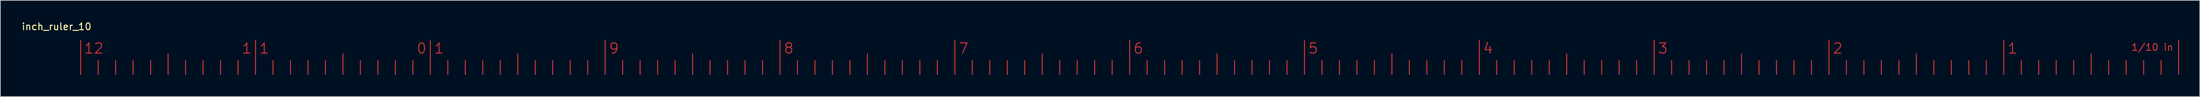
<source format=kicad_pcb>
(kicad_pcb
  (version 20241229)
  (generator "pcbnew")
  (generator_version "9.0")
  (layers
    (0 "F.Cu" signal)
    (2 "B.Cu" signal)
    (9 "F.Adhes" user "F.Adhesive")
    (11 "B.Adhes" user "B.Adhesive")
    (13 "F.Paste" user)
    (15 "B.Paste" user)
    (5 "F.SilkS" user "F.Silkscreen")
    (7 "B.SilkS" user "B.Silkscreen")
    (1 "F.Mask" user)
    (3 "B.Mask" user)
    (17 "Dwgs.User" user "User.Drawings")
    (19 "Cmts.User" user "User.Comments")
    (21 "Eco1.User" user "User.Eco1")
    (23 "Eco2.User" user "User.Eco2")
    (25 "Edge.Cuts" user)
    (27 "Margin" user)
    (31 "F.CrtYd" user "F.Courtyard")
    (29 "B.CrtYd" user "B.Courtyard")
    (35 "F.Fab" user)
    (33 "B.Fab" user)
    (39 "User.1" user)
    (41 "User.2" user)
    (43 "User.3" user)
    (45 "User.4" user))
  (footprint "inch_ruler_10"
    (layer "F.Cu")
    (at 8.673 7.848)
    (property "Reference" "inch_ruler_10" (at -3.5 -7 0) (layer "F.SilkS") (effects (font (size 1 1) (thickness 0.15))))
    (attr through_hole)
    (fp_line (start 0 -5) (end 0 0) (stroke (width 0.15) (type solid)) (layer "F.Cu"))
    (fp_line (start 2.54 -2) (end 2.54 0) (stroke (width 0.15) (type solid)) (layer "F.Cu"))
    (fp_line (start 5.08 -2) (end 5.08 0) (stroke (width 0.15) (type solid)) (layer "F.Cu"))
    (fp_line (start 7.62 -2) (end 7.62 0) (stroke (width 0.15) (type solid)) (layer "F.Cu"))
    (fp_line (start 10.16 -2) (end 10.16 0) (stroke (width 0.15) (type solid)) (layer "F.Cu"))
    (fp_line (start 12.7 -3) (end 12.7 0) (stroke (width 0.15) (type solid)) (layer "F.Cu"))
    (fp_line (start 15.24 -2) (end 15.24 0) (stroke (width 0.15) (type solid)) (layer "F.Cu"))
    (fp_line (start 17.78 -2) (end 17.78 0) (stroke (width 0.15) (type solid)) (layer "F.Cu"))
    (fp_line (start 20.32 -2) (end 20.32 0) (stroke (width 0.15) (type solid)) (layer "F.Cu"))
    (fp_line (start 22.86 -2) (end 22.86 0) (stroke (width 0.15) (type solid)) (layer "F.Cu"))
    (fp_line (start 25.4 -5) (end 25.4 0) (stroke (width 0.15) (type solid)) (layer "F.Cu"))
    (fp_line (start 27.94 -2) (end 27.94 0) (stroke (width 0.15) (type solid)) (layer "F.Cu"))
    (fp_line (start 30.48 -2) (end 30.48 0) (stroke (width 0.15) (type solid)) (layer "F.Cu"))
    (fp_line (start 33.02 -2) (end 33.02 0) (stroke (width 0.15) (type solid)) (layer "F.Cu"))
    (fp_line (start 35.56 -2) (end 35.56 0) (stroke (width 0.15) (type solid)) (layer "F.Cu"))
    (fp_line (start 38.1 -3) (end 38.1 0) (stroke (width 0.15) (type solid)) (layer "F.Cu"))
    (fp_line (start 40.64 -2) (end 40.64 0) (stroke (width 0.15) (type solid)) (layer "F.Cu"))
    (fp_line (start 43.18 -2) (end 43.18 0) (stroke (width 0.15) (type solid)) (layer "F.Cu"))
    (fp_line (start 45.72 -2) (end 45.72 0) (stroke (width 0.15) (type solid)) (layer "F.Cu"))
    (fp_line (start 48.26 -2) (end 48.26 0) (stroke (width 0.15) (type solid)) (layer "F.Cu"))
    (fp_line (start 50.8 -5) (end 50.8 0) (stroke (width 0.15) (type solid)) (layer "F.Cu"))
    (fp_line (start 53.34 -2) (end 53.34 0) (stroke (width 0.15) (type solid)) (layer "F.Cu"))
    (fp_line (start 55.88 -2) (end 55.88 0) (stroke (width 0.15) (type solid)) (layer "F.Cu"))
    (fp_line (start 58.42 -2) (end 58.42 0) (stroke (width 0.15) (type solid)) (layer "F.Cu"))
    (fp_line (start 60.96 -2) (end 60.96 0) (stroke (width 0.15) (type solid)) (layer "F.Cu"))
    (fp_line (start 63.5 -3) (end 63.5 0) (stroke (width 0.15) (type solid)) (layer "F.Cu"))
    (fp_line (start 66.04 -2) (end 66.04 0) (stroke (width 0.15) (type solid)) (layer "F.Cu"))
    (fp_line (start 68.58 -2) (end 68.58 0) (stroke (width 0.15) (type solid)) (layer "F.Cu"))
    (fp_line (start 71.12 -2) (end 71.12 0) (stroke (width 0.15) (type solid)) (layer "F.Cu"))
    (fp_line (start 73.66 -2) (end 73.66 0) (stroke (width 0.15) (type solid)) (layer "F.Cu"))
    (fp_line (start 76.2 -5) (end 76.2 0) (stroke (width 0.15) (type solid)) (layer "F.Cu"))
    (fp_line (start 78.74 -2) (end 78.74 0) (stroke (width 0.15) (type solid)) (layer "F.Cu"))
    (fp_line (start 81.28 -2) (end 81.28 0) (stroke (width 0.15) (type solid)) (layer "F.Cu"))
    (fp_line (start 83.82 -2) (end 83.82 0) (stroke (width 0.15) (type solid)) (layer "F.Cu"))
    (fp_line (start 86.36 -2) (end 86.36 0) (stroke (width 0.15) (type solid)) (layer "F.Cu"))
    (fp_line (start 88.9 -3) (end 88.9 0) (stroke (width 0.15) (type solid)) (layer "F.Cu"))
    (fp_line (start 91.44 -2) (end 91.44 0) (stroke (width 0.15) (type solid)) (layer "F.Cu"))
    (fp_line (start 93.98 -2) (end 93.98 0) (stroke (width 0.15) (type solid)) (layer "F.Cu"))
    (fp_line (start 96.52 -2) (end 96.52 0) (stroke (width 0.15) (type solid)) (layer "F.Cu"))
    (fp_line (start 99.06 -2) (end 99.06 0) (stroke (width 0.15) (type solid)) (layer "F.Cu"))
    (fp_line (start 101.6 -5) (end 101.6 0) (stroke (width 0.15) (type solid)) (layer "F.Cu"))
    (fp_line (start 104.14 -2) (end 104.14 0) (stroke (width 0.15) (type solid)) (layer "F.Cu"))
    (fp_line (start 106.68 -2) (end 106.68 0) (stroke (width 0.15) (type solid)) (layer "F.Cu"))
    (fp_line (start 109.22 -2) (end 109.22 0) (stroke (width 0.15) (type solid)) (layer "F.Cu"))
    (fp_line (start 111.76 -2) (end 111.76 0) (stroke (width 0.15) (type solid)) (layer "F.Cu"))
    (fp_line (start 114.3 -3) (end 114.3 0) (stroke (width 0.15) (type solid)) (layer "F.Cu"))
    (fp_line (start 116.84 -2) (end 116.84 0) (stroke (width 0.15) (type solid)) (layer "F.Cu"))
    (fp_line (start 119.38 -2) (end 119.38 0) (stroke (width 0.15) (type solid)) (layer "F.Cu"))
    (fp_line (start 121.92 -2) (end 121.92 0) (stroke (width 0.15) (type solid)) (layer "F.Cu"))
    (fp_line (start 124.46 -2) (end 124.46 0) (stroke (width 0.15) (type solid)) (layer "F.Cu"))
    (fp_line (start 127 -5) (end 127 0) (stroke (width 0.15) (type solid)) (layer "F.Cu"))
    (fp_line (start 129.54 -2) (end 129.54 0) (stroke (width 0.15) (type solid)) (layer "F.Cu"))
    (fp_line (start 132.08 -2) (end 132.08 0) (stroke (width 0.15) (type solid)) (layer "F.Cu"))
    (fp_line (start 134.62 -2) (end 134.62 0) (stroke (width 0.15) (type solid)) (layer "F.Cu"))
    (fp_line (start 137.16 -2) (end 137.16 0) (stroke (width 0.15) (type solid)) (layer "F.Cu"))
    (fp_line (start 139.7 -3) (end 139.7 0) (stroke (width 0.15) (type solid)) (layer "F.Cu"))
    (fp_line (start 142.24 -2) (end 142.24 0) (stroke (width 0.15) (type solid)) (layer "F.Cu"))
    (fp_line (start 144.78 -2) (end 144.78 0) (stroke (width 0.15) (type solid)) (layer "F.Cu"))
    (fp_line (start 147.32 -2) (end 147.32 0) (stroke (width 0.15) (type solid)) (layer "F.Cu"))
    (fp_line (start 149.86 -2) (end 149.86 0) (stroke (width 0.15) (type solid)) (layer "F.Cu"))
    (fp_line (start 152.4 -5) (end 152.4 0) (stroke (width 0.15) (type solid)) (layer "F.Cu"))
    (fp_line (start 154.94 -2) (end 154.94 0) (stroke (width 0.15) (type solid)) (layer "F.Cu"))
    (fp_line (start 157.48 -2) (end 157.48 0) (stroke (width 0.15) (type solid)) (layer "F.Cu"))
    (fp_line (start 160.02 -2) (end 160.02 0) (stroke (width 0.15) (type solid)) (layer "F.Cu"))
    (fp_line (start 162.56 -2) (end 162.56 0) (stroke (width 0.15) (type solid)) (layer "F.Cu"))
    (fp_line (start 165.1 -3) (end 165.1 0) (stroke (width 0.15) (type solid)) (layer "F.Cu"))
    (fp_line (start 167.64 -2) (end 167.64 0) (stroke (width 0.15) (type solid)) (layer "F.Cu"))
    (fp_line (start 170.18 -2) (end 170.18 0) (stroke (width 0.15) (type solid)) (layer "F.Cu"))
    (fp_line (start 172.72 -2) (end 172.72 0) (stroke (width 0.15) (type solid)) (layer "F.Cu"))
    (fp_line (start 175.26 -2) (end 175.26 0) (stroke (width 0.15) (type solid)) (layer "F.Cu"))
    (fp_line (start 177.8 -5) (end 177.8 0) (stroke (width 0.15) (type solid)) (layer "F.Cu"))
    (fp_line (start 180.34 -2) (end 180.34 0) (stroke (width 0.15) (type solid)) (layer "F.Cu"))
    (fp_line (start 182.88 -2) (end 182.88 0) (stroke (width 0.15) (type solid)) (layer "F.Cu"))
    (fp_line (start 185.42 -2) (end 185.42 0) (stroke (width 0.15) (type solid)) (layer "F.Cu"))
    (fp_line (start 187.96 -2) (end 187.96 0) (stroke (width 0.15) (type solid)) (layer "F.Cu"))
    (fp_line (start 190.5 -3) (end 190.5 0) (stroke (width 0.15) (type solid)) (layer "F.Cu"))
    (fp_line (start 193.04 -2) (end 193.04 0) (stroke (width 0.15) (type solid)) (layer "F.Cu"))
    (fp_line (start 195.58 -2) (end 195.58 0) (stroke (width 0.15) (type solid)) (layer "F.Cu"))
    (fp_line (start 198.12 -2) (end 198.12 0) (stroke (width 0.15) (type solid)) (layer "F.Cu"))
    (fp_line (start 200.66 -2) (end 200.66 0) (stroke (width 0.15) (type solid)) (layer "F.Cu"))
    (fp_line (start 203.2 -5) (end 203.2 0) (stroke (width 0.15) (type solid)) (layer "F.Cu"))
    (fp_line (start 205.74 -2) (end 205.74 0) (stroke (width 0.15) (type solid)) (layer "F.Cu"))
    (fp_line (start 208.28 -2) (end 208.28 0) (stroke (width 0.15) (type solid)) (layer "F.Cu"))
    (fp_line (start 210.82 -2) (end 210.82 0) (stroke (width 0.15) (type solid)) (layer "F.Cu"))
    (fp_line (start 213.36 -2) (end 213.36 0) (stroke (width 0.15) (type solid)) (layer "F.Cu"))
    (fp_line (start 215.9 -3) (end 215.9 0) (stroke (width 0.15) (type solid)) (layer "F.Cu"))
    (fp_line (start 218.44 -2) (end 218.44 0) (stroke (width 0.15) (type solid)) (layer "F.Cu"))
    (fp_line (start 220.98 -2) (end 220.98 0) (stroke (width 0.15) (type solid)) (layer "F.Cu"))
    (fp_line (start 223.52 -2) (end 223.52 0) (stroke (width 0.15) (type solid)) (layer "F.Cu"))
    (fp_line (start 226.06 -2) (end 226.06 0) (stroke (width 0.15) (type solid)) (layer "F.Cu"))
    (fp_line (start 228.6 -5) (end 228.6 0) (stroke (width 0.15) (type solid)) (layer "F.Cu"))
    (fp_line (start 231.14 -2) (end 231.14 0) (stroke (width 0.15) (type solid)) (layer "F.Cu"))
    (fp_line (start 233.68 -2) (end 233.68 0) (stroke (width 0.15) (type solid)) (layer "F.Cu"))
    (fp_line (start 236.22 -2) (end 236.22 0) (stroke (width 0.15) (type solid)) (layer "F.Cu"))
    (fp_line (start 238.76 -2) (end 238.76 0) (stroke (width 0.15) (type solid)) (layer "F.Cu"))
    (fp_line (start 241.3 -3) (end 241.3 0) (stroke (width 0.15) (type solid)) (layer "F.Cu"))
    (fp_line (start 243.84 -2) (end 243.84 0) (stroke (width 0.15) (type solid)) (layer "F.Cu"))
    (fp_line (start 246.38 -2) (end 246.38 0) (stroke (width 0.15) (type solid)) (layer "F.Cu"))
    (fp_line (start 248.92 -2) (end 248.92 0) (stroke (width 0.15) (type solid)) (layer "F.Cu"))
    (fp_line (start 251.46 -2) (end 251.46 0) (stroke (width 0.15) (type solid)) (layer "F.Cu"))
    (fp_line (start 254 -5) (end 254 0) (stroke (width 0.15) (type solid)) (layer "F.Cu"))
    (fp_line (start 256.54 -2) (end 256.54 0) (stroke (width 0.15) (type solid)) (layer "F.Cu"))
    (fp_line (start 259.08 -2) (end 259.08 0) (stroke (width 0.15) (type solid)) (layer "F.Cu"))
    (fp_line (start 261.62 -2) (end 261.62 0) (stroke (width 0.15) (type solid)) (layer "F.Cu"))
    (fp_line (start 264.16 -2) (end 264.16 0) (stroke (width 0.15) (type solid)) (layer "F.Cu"))
    (fp_line (start 266.7 -3) (end 266.7 0) (stroke (width 0.15) (type solid)) (layer "F.Cu"))
    (fp_line (start 269.24 -2) (end 269.24 0) (stroke (width 0.15) (type solid)) (layer "F.Cu"))
    (fp_line (start 271.78 -2) (end 271.78 0) (stroke (width 0.15) (type solid)) (layer "F.Cu"))
    (fp_line (start 274.32 -2) (end 274.32 0) (stroke (width 0.15) (type solid)) (layer "F.Cu"))
    (fp_line (start 276.86 -2) (end 276.86 0) (stroke (width 0.15) (type solid)) (layer "F.Cu"))
    (fp_line (start 279.4 -5) (end 279.4 0) (stroke (width 0.15) (type solid)) (layer "F.Cu"))
    (fp_line (start 281.94 -2) (end 281.94 0) (stroke (width 0.15) (type solid)) (layer "F.Cu"))
    (fp_line (start 284.48 -2) (end 284.48 0) (stroke (width 0.15) (type solid)) (layer "F.Cu"))
    (fp_line (start 287.02 -2) (end 287.02 0) (stroke (width 0.15) (type solid)) (layer "F.Cu"))
    (fp_line (start 289.56 -2) (end 289.56 0) (stroke (width 0.15) (type solid)) (layer "F.Cu"))
    (fp_line (start 292.1 -3) (end 292.1 0) (stroke (width 0.15) (type solid)) (layer "F.Cu"))
    (fp_line (start 294.64 -2) (end 294.64 0) (stroke (width 0.15) (type solid)) (layer "F.Cu"))
    (fp_line (start 297.18 -2) (end 297.18 0) (stroke (width 0.15) (type solid)) (layer "F.Cu"))
    (fp_line (start 299.72 -2) (end 299.72 0) (stroke (width 0.15) (type solid)) (layer "F.Cu"))
    (fp_line (start 302.26 -2) (end 302.26 0) (stroke (width 0.15) (type solid)) (layer "F.Cu"))
    (fp_line (start 304.8 -5) (end 304.8 0) (stroke (width 0.15) (type solid)) (layer "F.Cu"))
    (fp_line (start 0 -5) (end 0 0) (stroke (width 0.15) (type solid)) (layer "F.Mask"))
    (fp_line (start 2.54 -2) (end 2.54 0) (stroke (width 0.15) (type solid)) (layer "F.Mask"))
    (fp_line (start 5.08 -2) (end 5.08 0) (stroke (width 0.15) (type solid)) (layer "F.Mask"))
    (fp_line (start 7.62 -2) (end 7.62 0) (stroke (width 0.15) (type solid)) (layer "F.Mask"))
    (fp_line (start 10.16 -2) (end 10.16 0) (stroke (width 0.15) (type solid)) (layer "F.Mask"))
    (fp_line (start 12.7 -3) (end 12.7 0) (stroke (width 0.15) (type solid)) (layer "F.Mask"))
    (fp_line (start 15.24 -2) (end 15.24 0) (stroke (width 0.15) (type solid)) (layer "F.Mask"))
    (fp_line (start 17.78 -2) (end 17.78 0) (stroke (width 0.15) (type solid)) (layer "F.Mask"))
    (fp_line (start 20.32 -2) (end 20.32 0) (stroke (width 0.15) (type solid)) (layer "F.Mask"))
    (fp_line (start 22.86 -2) (end 22.86 0) (stroke (width 0.15) (type solid)) (layer "F.Mask"))
    (fp_line (start 25.4 -5) (end 25.4 0) (stroke (width 0.15) (type solid)) (layer "F.Mask"))
    (fp_line (start 27.94 -2) (end 27.94 0) (stroke (width 0.15) (type solid)) (layer "F.Mask"))
    (fp_line (start 30.48 -2) (end 30.48 0) (stroke (width 0.15) (type solid)) (layer "F.Mask"))
    (fp_line (start 33.02 -2) (end 33.02 0) (stroke (width 0.15) (type solid)) (layer "F.Mask"))
    (fp_line (start 35.56 -2) (end 35.56 0) (stroke (width 0.15) (type solid)) (layer "F.Mask"))
    (fp_line (start 38.1 -3) (end 38.1 0) (stroke (width 0.15) (type solid)) (layer "F.Mask"))
    (fp_line (start 40.64 -2) (end 40.64 0) (stroke (width 0.15) (type solid)) (layer "F.Mask"))
    (fp_line (start 43.18 -2) (end 43.18 0) (stroke (width 0.15) (type solid)) (layer "F.Mask"))
    (fp_line (start 45.72 -2) (end 45.72 0) (stroke (width 0.15) (type solid)) (layer "F.Mask"))
    (fp_line (start 48.26 -2) (end 48.26 0) (stroke (width 0.15) (type solid)) (layer "F.Mask"))
    (fp_line (start 50.8 -5) (end 50.8 0) (stroke (width 0.15) (type solid)) (layer "F.Mask"))
    (fp_line (start 53.34 -2) (end 53.34 0) (stroke (width 0.15) (type solid)) (layer "F.Mask"))
    (fp_line (start 55.88 -2) (end 55.88 0) (stroke (width 0.15) (type solid)) (layer "F.Mask"))
    (fp_line (start 58.42 -2) (end 58.42 0) (stroke (width 0.15) (type solid)) (layer "F.Mask"))
    (fp_line (start 60.96 -2) (end 60.96 0) (stroke (width 0.15) (type solid)) (layer "F.Mask"))
    (fp_line (start 63.5 -3) (end 63.5 0) (stroke (width 0.15) (type solid)) (layer "F.Mask"))
    (fp_line (start 66.04 -2) (end 66.04 0) (stroke (width 0.15) (type solid)) (layer "F.Mask"))
    (fp_line (start 68.58 -2) (end 68.58 0) (stroke (width 0.15) (type solid)) (layer "F.Mask"))
    (fp_line (start 71.12 -2) (end 71.12 0) (stroke (width 0.15) (type solid)) (layer "F.Mask"))
    (fp_line (start 73.66 -2) (end 73.66 0) (stroke (width 0.15) (type solid)) (layer "F.Mask"))
    (fp_line (start 76.2 -5) (end 76.2 0) (stroke (width 0.15) (type solid)) (layer "F.Mask"))
    (fp_line (start 78.74 -2) (end 78.74 0) (stroke (width 0.15) (type solid)) (layer "F.Mask"))
    (fp_line (start 81.28 -2) (end 81.28 0) (stroke (width 0.15) (type solid)) (layer "F.Mask"))
    (fp_line (start 83.82 -2) (end 83.82 0) (stroke (width 0.15) (type solid)) (layer "F.Mask"))
    (fp_line (start 86.36 -2) (end 86.36 0) (stroke (width 0.15) (type solid)) (layer "F.Mask"))
    (fp_line (start 88.9 -3) (end 88.9 0) (stroke (width 0.15) (type solid)) (layer "F.Mask"))
    (fp_line (start 91.44 -2) (end 91.44 0) (stroke (width 0.15) (type solid)) (layer "F.Mask"))
    (fp_line (start 93.98 -2) (end 93.98 0) (stroke (width 0.15) (type solid)) (layer "F.Mask"))
    (fp_line (start 96.52 -2) (end 96.52 0) (stroke (width 0.15) (type solid)) (layer "F.Mask"))
    (fp_line (start 99.06 -2) (end 99.06 0) (stroke (width 0.15) (type solid)) (layer "F.Mask"))
    (fp_line (start 101.6 -5) (end 101.6 0) (stroke (width 0.15) (type solid)) (layer "F.Mask"))
    (fp_line (start 104.14 -2) (end 104.14 0) (stroke (width 0.15) (type solid)) (layer "F.Mask"))
    (fp_line (start 106.68 -2) (end 106.68 0) (stroke (width 0.15) (type solid)) (layer "F.Mask"))
    (fp_line (start 109.22 -2) (end 109.22 0) (stroke (width 0.15) (type solid)) (layer "F.Mask"))
    (fp_line (start 111.76 -2) (end 111.76 0) (stroke (width 0.15) (type solid)) (layer "F.Mask"))
    (fp_line (start 114.3 -3) (end 114.3 0) (stroke (width 0.15) (type solid)) (layer "F.Mask"))
    (fp_line (start 116.84 -2) (end 116.84 0) (stroke (width 0.15) (type solid)) (layer "F.Mask"))
    (fp_line (start 119.38 -2) (end 119.38 0) (stroke (width 0.15) (type solid)) (layer "F.Mask"))
    (fp_line (start 121.92 -2) (end 121.92 0) (stroke (width 0.15) (type solid)) (layer "F.Mask"))
    (fp_line (start 124.46 -2) (end 124.46 0) (stroke (width 0.15) (type solid)) (layer "F.Mask"))
    (fp_line (start 127 -5) (end 127 0) (stroke (width 0.15) (type solid)) (layer "F.Mask"))
    (fp_line (start 129.54 -2) (end 129.54 0) (stroke (width 0.15) (type solid)) (layer "F.Mask"))
    (fp_line (start 132.08 -2) (end 132.08 0) (stroke (width 0.15) (type solid)) (layer "F.Mask"))
    (fp_line (start 134.62 -2) (end 134.62 0) (stroke (width 0.15) (type solid)) (layer "F.Mask"))
    (fp_line (start 137.16 -2) (end 137.16 0) (stroke (width 0.15) (type solid)) (layer "F.Mask"))
    (fp_line (start 139.7 -3) (end 139.7 0) (stroke (width 0.15) (type solid)) (layer "F.Mask"))
    (fp_line (start 142.24 -2) (end 142.24 0) (stroke (width 0.15) (type solid)) (layer "F.Mask"))
    (fp_line (start 144.78 -2) (end 144.78 0) (stroke (width 0.15) (type solid)) (layer "F.Mask"))
    (fp_line (start 147.32 -2) (end 147.32 0) (stroke (width 0.15) (type solid)) (layer "F.Mask"))
    (fp_line (start 149.86 -2) (end 149.86 0) (stroke (width 0.15) (type solid)) (layer "F.Mask"))
    (fp_line (start 152.4 -5) (end 152.4 0) (stroke (width 0.15) (type solid)) (layer "F.Mask"))
    (fp_line (start 154.94 -2) (end 154.94 0) (stroke (width 0.15) (type solid)) (layer "F.Mask"))
    (fp_line (start 157.48 -2) (end 157.48 0) (stroke (width 0.15) (type solid)) (layer "F.Mask"))
    (fp_line (start 160.02 -2) (end 160.02 0) (stroke (width 0.15) (type solid)) (layer "F.Mask"))
    (fp_line (start 162.56 -2) (end 162.56 0) (stroke (width 0.15) (type solid)) (layer "F.Mask"))
    (fp_line (start 165.1 -3) (end 165.1 0) (stroke (width 0.15) (type solid)) (layer "F.Mask"))
    (fp_line (start 167.64 -2) (end 167.64 0) (stroke (width 0.15) (type solid)) (layer "F.Mask"))
    (fp_line (start 170.18 -2) (end 170.18 0) (stroke (width 0.15) (type solid)) (layer "F.Mask"))
    (fp_line (start 172.72 -2) (end 172.72 0) (stroke (width 0.15) (type solid)) (layer "F.Mask"))
    (fp_line (start 175.26 -2) (end 175.26 0) (stroke (width 0.15) (type solid)) (layer "F.Mask"))
    (fp_line (start 177.8 -5) (end 177.8 0) (stroke (width 0.15) (type solid)) (layer "F.Mask"))
    (fp_line (start 180.34 -2) (end 180.34 0) (stroke (width 0.15) (type solid)) (layer "F.Mask"))
    (fp_line (start 182.88 -2) (end 182.88 0) (stroke (width 0.15) (type solid)) (layer "F.Mask"))
    (fp_line (start 185.42 -2) (end 185.42 0) (stroke (width 0.15) (type solid)) (layer "F.Mask"))
    (fp_line (start 187.96 -2) (end 187.96 0) (stroke (width 0.15) (type solid)) (layer "F.Mask"))
    (fp_line (start 190.5 -3) (end 190.5 0) (stroke (width 0.15) (type solid)) (layer "F.Mask"))
    (fp_line (start 193.04 -2) (end 193.04 0) (stroke (width 0.15) (type solid)) (layer "F.Mask"))
    (fp_line (start 195.58 -2) (end 195.58 0) (stroke (width 0.15) (type solid)) (layer "F.Mask"))
    (fp_line (start 198.12 -2) (end 198.12 0) (stroke (width 0.15) (type solid)) (layer "F.Mask"))
    (fp_line (start 200.66 -2) (end 200.66 0) (stroke (width 0.15) (type solid)) (layer "F.Mask"))
    (fp_line (start 203.2 -5) (end 203.2 0) (stroke (width 0.15) (type solid)) (layer "F.Mask"))
    (fp_line (start 205.74 -2) (end 205.74 0) (stroke (width 0.15) (type solid)) (layer "F.Mask"))
    (fp_line (start 208.28 -2) (end 208.28 0) (stroke (width 0.15) (type solid)) (layer "F.Mask"))
    (fp_line (start 210.82 -2) (end 210.82 0) (stroke (width 0.15) (type solid)) (layer "F.Mask"))
    (fp_line (start 213.36 -2) (end 213.36 0) (stroke (width 0.15) (type solid)) (layer "F.Mask"))
    (fp_line (start 215.9 -3) (end 215.9 0) (stroke (width 0.15) (type solid)) (layer "F.Mask"))
    (fp_line (start 218.44 -2) (end 218.44 0) (stroke (width 0.15) (type solid)) (layer "F.Mask"))
    (fp_line (start 220.98 -2) (end 220.98 0) (stroke (width 0.15) (type solid)) (layer "F.Mask"))
    (fp_line (start 223.52 -2) (end 223.52 0) (stroke (width 0.15) (type solid)) (layer "F.Mask"))
    (fp_line (start 226.06 -2) (end 226.06 0) (stroke (width 0.15) (type solid)) (layer "F.Mask"))
    (fp_line (start 228.6 -5) (end 228.6 0) (stroke (width 0.15) (type solid)) (layer "F.Mask"))
    (fp_line (start 231.14 -2) (end 231.14 0) (stroke (width 0.15) (type solid)) (layer "F.Mask"))
    (fp_line (start 233.68 -2) (end 233.68 0) (stroke (width 0.15) (type solid)) (layer "F.Mask"))
    (fp_line (start 236.22 -2) (end 236.22 0) (stroke (width 0.15) (type solid)) (layer "F.Mask"))
    (fp_line (start 238.76 -2) (end 238.76 0) (stroke (width 0.15) (type solid)) (layer "F.Mask"))
    (fp_line (start 241.3 -3) (end 241.3 0) (stroke (width 0.15) (type solid)) (layer "F.Mask"))
    (fp_line (start 243.84 -2) (end 243.84 0) (stroke (width 0.15) (type solid)) (layer "F.Mask"))
    (fp_line (start 246.38 -2) (end 246.38 0) (stroke (width 0.15) (type solid)) (layer "F.Mask"))
    (fp_line (start 248.92 -2) (end 248.92 0) (stroke (width 0.15) (type solid)) (layer "F.Mask"))
    (fp_line (start 251.46 -2) (end 251.46 0) (stroke (width 0.15) (type solid)) (layer "F.Mask"))
    (fp_line (start 254 -5) (end 254 0) (stroke (width 0.15) (type solid)) (layer "F.Mask"))
    (fp_line (start 256.54 -2) (end 256.54 0) (stroke (width 0.15) (type solid)) (layer "F.Mask"))
    (fp_line (start 259.08 -2) (end 259.08 0) (stroke (width 0.15) (type solid)) (layer "F.Mask"))
    (fp_line (start 261.62 -2) (end 261.62 0) (stroke (width 0.15) (type solid)) (layer "F.Mask"))
    (fp_line (start 264.16 -2) (end 264.16 0) (stroke (width 0.15) (type solid)) (layer "F.Mask"))
    (fp_line (start 266.7 -3) (end 266.7 0) (stroke (width 0.15) (type solid)) (layer "F.Mask"))
    (fp_line (start 269.24 -2) (end 269.24 0) (stroke (width 0.15) (type solid)) (layer "F.Mask"))
    (fp_line (start 271.78 -2) (end 271.78 0) (stroke (width 0.15) (type solid)) (layer "F.Mask"))
    (fp_line (start 274.32 -2) (end 274.32 0) (stroke (width 0.15) (type solid)) (layer "F.Mask"))
    (fp_line (start 276.86 -2) (end 276.86 0) (stroke (width 0.15) (type solid)) (layer "F.Mask"))
    (fp_line (start 279.4 -5) (end 279.4 0) (stroke (width 0.15) (type solid)) (layer "F.Mask"))
    (fp_line (start 281.94 -2) (end 281.94 0) (stroke (width 0.15) (type solid)) (layer "F.Mask"))
    (fp_line (start 284.48 -2) (end 284.48 0) (stroke (width 0.15) (type solid)) (layer "F.Mask"))
    (fp_line (start 287.02 -2) (end 287.02 0) (stroke (width 0.15) (type solid)) (layer "F.Mask"))
    (fp_line (start 289.56 -2) (end 289.56 0) (stroke (width 0.15) (type solid)) (layer "F.Mask"))
    (fp_line (start 292.1 -3) (end 292.1 0) (stroke (width 0.15) (type solid)) (layer "F.Mask"))
    (fp_line (start 294.64 -2) (end 294.64 0) (stroke (width 0.15) (type solid)) (layer "F.Mask"))
    (fp_line (start 297.18 -2) (end 297.18 0) (stroke (width 0.15) (type solid)) (layer "F.Mask"))
    (fp_line (start 299.72 -2) (end 299.72 0) (stroke (width 0.15) (type solid)) (layer "F.Mask"))
    (fp_line (start 302.26 -2) (end 302.26 0) (stroke (width 0.15) (type solid)) (layer "F.Mask"))
    (fp_line (start 304.8 -5) (end 304.8 0) (stroke (width 0.15) (type solid)) (layer "F.Mask"))
    (fp_text user "1/10 in" (at 300.99 -3.969 0) (layer "F.Cu") (effects (font (size 1 1) (thickness 0.15))))
    (fp_text user "1" (at 26.67 -3.81 0) (layer "F.Cu") (effects (font (size 1.5 1.5) (thickness 0.15))))
    (fp_text user "9" (at 77.47 -3.81 0) (layer "F.Cu") (effects (font (size 1.5 1.5) (thickness 0.15))))
    (fp_text user "7" (at 128.27 -3.81 0) (layer "F.Cu") (effects (font (size 1.5 1.5) (thickness 0.15))))
    (fp_text user "12" (at 1.905 -3.81 0) (layer "F.Cu") (effects (font (size 1.5 1.5) (thickness 0.15))))
    (fp_text user "0" (at 49.53 -3.81 0) (layer "F.Cu") (effects (font (size 1.5 1.5) (thickness 0.15))))
    (fp_text user "2" (at 255.27 -3.81 0) (layer "F.Cu") (effects (font (size 1.5 1.5) (thickness 0.15))))
    (fp_text user "3" (at 229.87 -3.81 0) (layer "F.Cu") (effects (font (size 1.5 1.5) (thickness 0.15))))
    (fp_text user "1" (at 280.67 -3.81 0) (layer "F.Cu") (effects (font (size 1.5 1.5) (thickness 0.15))))
    (fp_text user "8" (at 102.87 -3.81 0) (layer "F.Cu") (effects (font (size 1.5 1.5) (thickness 0.15))))
    (fp_text user "5" (at 179.07 -3.81 0) (layer "F.Cu") (effects (font (size 1.5 1.5) (thickness 0.15))))
    (fp_text user "1" (at 52.07 -3.81 0) (layer "F.Cu") (effects (font (size 1.5 1.5) (thickness 0.15))))
    (fp_text user "4" (at 204.47 -3.81 0) (layer "F.Cu") (effects (font (size 1.5 1.5) (thickness 0.15))))
    (fp_text user "1" (at 24.13 -3.81 0) (layer "F.Cu") (effects (font (size 1.5 1.5) (thickness 0.15))))
    (fp_text user "6" (at 153.67 -3.81 0) (layer "F.Cu") (effects (font (size 1.5 1.5) (thickness 0.15))))
    (fp_text user "2" (at 255.27 -3.81 0) (layer "F.Mask") (effects (font (size 1.5 1.5) (thickness 0.15))))
    (fp_text user "1" (at 26.67 -3.81 0) (layer "F.Mask") (effects (font (size 1.5 1.5) (thickness 0.15))))
    (fp_text user "0" (at 49.53 -3.81 0) (layer "F.Mask") (effects (font (size 1.5 1.5) (thickness 0.15))))
    (fp_text user "6" (at 153.67 -3.81 0) (layer "F.Mask") (effects (font (size 1.5 1.5) (thickness 0.15))))
    (fp_text user "4" (at 204.47 -3.81 0) (layer "F.Mask") (effects (font (size 1.5 1.5) (thickness 0.15))))
    (fp_text user "1/10 in" (at 300.99 -3.969 0) (layer "F.Mask") (effects (font (size 1 1) (thickness 0.15))))
    (fp_text user "1" (at 280.67 -3.81 0) (layer "F.Mask") (effects (font (size 1.5 1.5) (thickness 0.15))))
    (fp_text user "9" (at 77.47 -3.81 0) (layer "F.Mask") (effects (font (size 1.5 1.5) (thickness 0.15))))
    (fp_text user "5" (at 179.07 -3.81 0) (layer "F.Mask") (effects (font (size 1.5 1.5) (thickness 0.15))))
    (fp_text user "7" (at 128.27 -3.81 0) (layer "F.Mask") (effects (font (size 1.5 1.5) (thickness 0.15))))
    (fp_text user "1" (at 24.13 -3.81 0) (layer "F.Mask") (effects (font (size 1.5 1.5) (thickness 0.15))))
    (fp_text user "3" (at 229.87 -3.81 0) (layer "F.Mask") (effects (font (size 1.5 1.5) (thickness 0.15))))
    (fp_text user "8" (at 102.87 -3.81 0) (layer "F.Mask") (effects (font (size 1.5 1.5) (thickness 0.15))))
    (fp_text user "12" (at 1.905 -3.81 0) (layer "F.Mask") (effects (font (size 1.5 1.5) (thickness 0.15))))
    (fp_text user "1" (at 52.07 -3.81 0) (layer "F.Mask") (effects (font (size 1.5 1.5) (thickness 0.15)))))
  (gr_rect
    (start -3 -3)
    (end 316.548 11.098)
    (stroke (width 0.1) (type default))
    (fill no)
    (layer "Edge.Cuts")))
</source>
